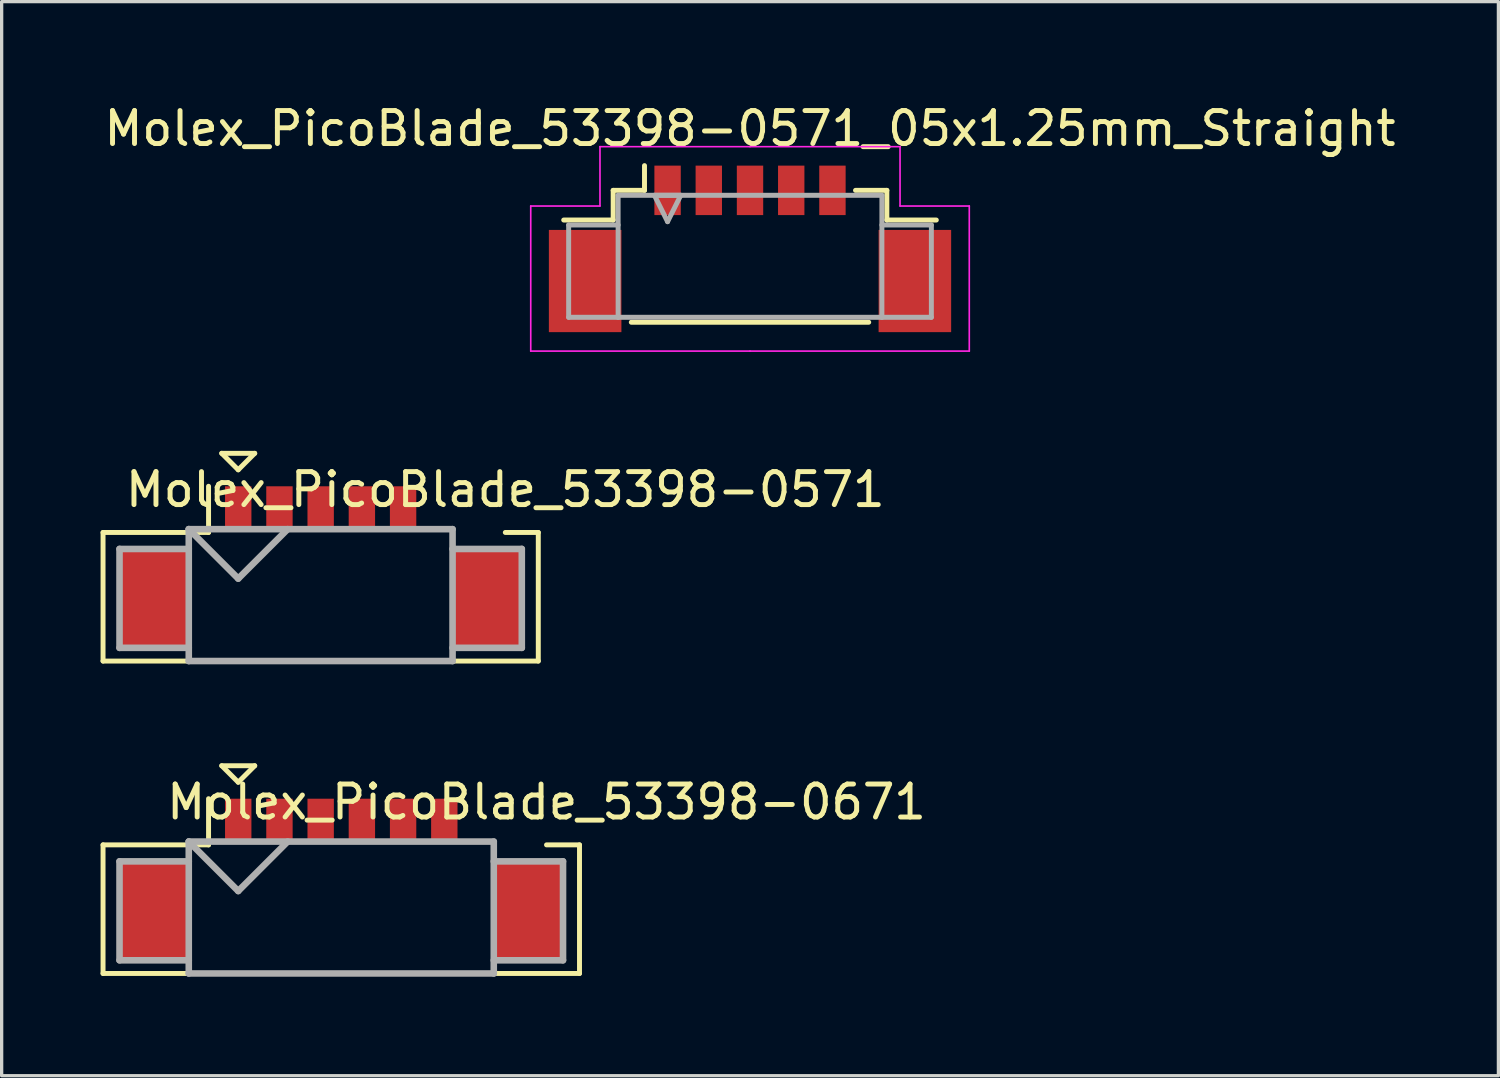
<source format=kicad_pcb>
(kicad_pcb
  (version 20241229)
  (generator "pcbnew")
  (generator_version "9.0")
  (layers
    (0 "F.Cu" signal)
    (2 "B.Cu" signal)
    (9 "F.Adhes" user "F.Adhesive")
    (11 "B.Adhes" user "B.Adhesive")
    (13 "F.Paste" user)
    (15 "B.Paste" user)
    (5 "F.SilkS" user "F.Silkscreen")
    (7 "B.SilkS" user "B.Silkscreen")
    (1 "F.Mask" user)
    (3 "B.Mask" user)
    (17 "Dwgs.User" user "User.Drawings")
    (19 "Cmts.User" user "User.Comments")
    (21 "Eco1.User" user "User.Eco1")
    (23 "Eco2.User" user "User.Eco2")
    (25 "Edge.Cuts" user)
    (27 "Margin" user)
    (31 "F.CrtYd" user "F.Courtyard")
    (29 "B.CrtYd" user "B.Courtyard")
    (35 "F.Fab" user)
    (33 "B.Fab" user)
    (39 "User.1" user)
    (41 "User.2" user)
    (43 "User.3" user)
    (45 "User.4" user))
  (footprint "Molex_PicoBlade_53398-0671"
    (layer "F.Cu")
    (at 7.3 24.573)
    (property "Reference" "Molex_PicoBlade_53398-0671" (at 6.225 -3.3 0) (layer "F.SilkS") (effects (font (size 1 1) (thickness 0.15))))
    (attr through_hole)
    (fp_line (start -7.225 -2) (end -7.225 1.9) (stroke (width 0.15) (type solid)) (layer "F.SilkS"))
    (fp_line (start -7.225 1.9) (end 7.225 1.9) (stroke (width 0.15) (type solid)) (layer "F.SilkS"))
    (fp_line (start -4.025 -3.4) (end -4.025 -2) (stroke (width 0.15) (type solid)) (layer "F.SilkS"))
    (fp_line (start -4.025 -2) (end -7.225 -2) (stroke (width 0.15) (type solid)) (layer "F.SilkS"))
    (fp_line (start -3.625 -4.4) (end -2.625 -4.4) (stroke (width 0.15) (type solid)) (layer "F.SilkS"))
    (fp_line (start -3.125 -3.9) (end -3.625 -4.4) (stroke (width 0.15) (type solid)) (layer "F.SilkS"))
    (fp_line (start -2.625 -4.4) (end -3.125 -3.9) (stroke (width 0.15) (type solid)) (layer "F.SilkS"))
    (fp_line (start 7.225 -2) (end 6.225 -2) (stroke (width 0.15) (type solid)) (layer "F.SilkS"))
    (fp_line (start 7.225 1.9) (end 7.225 -2) (stroke (width 0.15) (type solid)) (layer "F.SilkS"))
    (fp_line (start -6.725 -1.5) (end -6.725 1.5) (stroke (width 0.2) (type solid)) (layer "F.Fab"))
    (fp_line (start -6.725 1.5) (end -4.625 1.5) (stroke (width 0.2) (type solid)) (layer "F.Fab"))
    (fp_line (start -4.625 -2.1) (end -4.625 1.9) (stroke (width 0.2) (type solid)) (layer "F.Fab"))
    (fp_line (start -4.625 -2.1) (end -3.125 -0.6) (stroke (width 0.2) (type solid)) (layer "F.Fab"))
    (fp_line (start -4.625 -1.5) (end -6.725 -1.5) (stroke (width 0.2) (type solid)) (layer "F.Fab"))
    (fp_line (start -4.625 1.9) (end 4.625 1.9) (stroke (width 0.2) (type solid)) (layer "F.Fab"))
    (fp_line (start -3.125 -0.6) (end -1.625 -2.1) (stroke (width 0.2) (type solid)) (layer "F.Fab"))
    (fp_line (start 4.625 -2.1) (end -4.625 -2.1) (stroke (width 0.2) (type solid)) (layer "F.Fab"))
    (fp_line (start 4.625 -1.5) (end 6.725 -1.5) (stroke (width 0.2) (type solid)) (layer "F.Fab"))
    (fp_line (start 4.625 1.9) (end 4.625 -2.1) (stroke (width 0.2) (type solid)) (layer "F.Fab"))
    (fp_line (start 6.725 -1.5) (end 6.725 1.5) (stroke (width 0.2) (type solid)) (layer "F.Fab"))
    (fp_line (start 6.725 1.5) (end 4.625 1.5) (stroke (width 0.2) (type solid)) (layer "F.Fab"))
    (pad "" smd rect (at -5.675 0) (size 2.1 3) (layers "F.Cu" "F.Mask" "F.Paste"))
    (pad "" smd rect (at 5.675 0) (size 2.1 3) (layers "F.Cu" "F.Mask" "F.Paste"))
    (pad "1" smd rect (at -3.125 -2.75) (size 0.8 1.3) (layers "F.Cu" "F.Mask" "F.Paste"))
    (pad "2" smd rect (at -1.875 -2.75) (size 0.8 1.3) (layers "F.Cu" "F.Mask" "F.Paste"))
    (pad "3" smd rect (at -0.625 -2.75) (size 0.8 1.3) (layers "F.Cu" "F.Mask" "F.Paste"))
    (pad "4" smd rect (at 0.625 -2.75) (size 0.8 1.3) (layers "F.Cu" "F.Mask" "F.Paste"))
    (pad "5" smd rect (at 1.875 -2.75) (size 0.8 1.3) (layers "F.Cu" "F.Mask" "F.Paste"))
    (pad "6" smd rect (at 3.125 -2.75) (size 0.8 1.3) (layers "F.Cu" "F.Mask" "F.Paste")))
  (footprint "Molex_PicoBlade_53398-0571"
    (layer "F.Cu")
    (at 6.675 15.098)
    (property "Reference" "Molex_PicoBlade_53398-0571" (at 5.6 -3.3 0) (layer "F.SilkS") (effects (font (size 1 1) (thickness 0.15))))
    (attr through_hole)
    (fp_line (start -6.6 -2) (end -6.6 1.9) (stroke (width 0.15) (type solid)) (layer "F.SilkS"))
    (fp_line (start -6.6 1.9) (end 6.6 1.9) (stroke (width 0.15) (type solid)) (layer "F.SilkS"))
    (fp_line (start -3.4 -3.4) (end -3.4 -2) (stroke (width 0.15) (type solid)) (layer "F.SilkS"))
    (fp_line (start -3.4 -2) (end -6.6 -2) (stroke (width 0.15) (type solid)) (layer "F.SilkS"))
    (fp_line (start -3 -4.4) (end -2 -4.4) (stroke (width 0.15) (type solid)) (layer "F.SilkS"))
    (fp_line (start -2.5 -3.9) (end -3 -4.4) (stroke (width 0.15) (type solid)) (layer "F.SilkS"))
    (fp_line (start -2 -4.4) (end -2.5 -3.9) (stroke (width 0.15) (type solid)) (layer "F.SilkS"))
    (fp_line (start 6.6 -2) (end 5.6 -2) (stroke (width 0.15) (type solid)) (layer "F.SilkS"))
    (fp_line (start 6.6 1.9) (end 6.6 -2) (stroke (width 0.15) (type solid)) (layer "F.SilkS"))
    (fp_line (start -6.1 -1.5) (end -6.1 1.5) (stroke (width 0.2) (type solid)) (layer "F.Fab"))
    (fp_line (start -6.1 1.5) (end -4 1.5) (stroke (width 0.2) (type solid)) (layer "F.Fab"))
    (fp_line (start -4 -2.1) (end -4 1.9) (stroke (width 0.2) (type solid)) (layer "F.Fab"))
    (fp_line (start -4 -2.1) (end -2.5 -0.6) (stroke (width 0.2) (type solid)) (layer "F.Fab"))
    (fp_line (start -4 -1.5) (end -6.1 -1.5) (stroke (width 0.2) (type solid)) (layer "F.Fab"))
    (fp_line (start -4 1.9) (end 4 1.9) (stroke (width 0.2) (type solid)) (layer "F.Fab"))
    (fp_line (start -2.5 -0.6) (end -1 -2.1) (stroke (width 0.2) (type solid)) (layer "F.Fab"))
    (fp_line (start 4 -2.1) (end -4 -2.1) (stroke (width 0.2) (type solid)) (layer "F.Fab"))
    (fp_line (start 4 -1.5) (end 6.1 -1.5) (stroke (width 0.2) (type solid)) (layer "F.Fab"))
    (fp_line (start 4 1.9) (end 4 -2.1) (stroke (width 0.2) (type solid)) (layer "F.Fab"))
    (fp_line (start 6.1 -1.5) (end 6.1 1.5) (stroke (width 0.2) (type solid)) (layer "F.Fab"))
    (fp_line (start 6.1 1.5) (end 4 1.5) (stroke (width 0.2) (type solid)) (layer "F.Fab"))
    (pad "" smd rect (at -5.05 0) (size 2.1 3) (layers "F.Cu" "F.Mask" "F.Paste"))
    (pad "" smd rect (at 5.05 0) (size 2.1 3) (layers "F.Cu" "F.Mask" "F.Paste"))
    (pad "1" smd rect (at -2.5 -2.75) (size 0.8 1.3) (layers "F.Cu" "F.Mask" "F.Paste"))
    (pad "2" smd rect (at -1.25 -2.75) (size 0.8 1.3) (layers "F.Cu" "F.Mask" "F.Paste"))
    (pad "3" smd rect (at 0 -2.75) (size 0.8 1.3) (layers "F.Cu" "F.Mask" "F.Paste"))
    (pad "4" smd rect (at 1.25 -2.75) (size 0.8 1.3) (layers "F.Cu" "F.Mask" "F.Paste"))
    (pad "5" smd rect (at 2.5 -2.75) (size 0.8 1.3) (layers "F.Cu" "F.Mask" "F.Paste")))
  (footprint "Molex_PicoBlade_53398-0571_05x1.25mm_Straight"
    (layer "F.Cu")
    (at 19.696 4.098)
    (property "Reference" "Molex_PicoBlade_53398-0571_05x1.25mm_Straight" (at 0 -3.25 0) (layer "F.SilkS") (effects (font (size 1 1) (thickness 0.15))))
    (attr smd)
    (fp_line (start -4.15 -1.375) (end -4.15 -0.475) (stroke (width 0.15) (type solid)) (layer "F.SilkS"))
    (fp_line (start -4.15 -0.475) (end -5.65 -0.475) (stroke (width 0.15) (type solid)) (layer "F.SilkS"))
    (fp_line (start -3.6 2.625) (end 3.6 2.625) (stroke (width 0.15) (type solid)) (layer "F.SilkS"))
    (fp_line (start -3.2 -1.375) (end -4.15 -1.375) (stroke (width 0.15) (type solid)) (layer "F.SilkS"))
    (fp_line (start -3.2 -1.375) (end -3.2 -2.125) (stroke (width 0.15) (type solid)) (layer "F.SilkS"))
    (fp_line (start 3.2 -1.375) (end 4.15 -1.375) (stroke (width 0.15) (type solid)) (layer "F.SilkS"))
    (fp_line (start 4.15 -1.375) (end 4.15 -0.475) (stroke (width 0.15) (type solid)) (layer "F.SilkS"))
    (fp_line (start 4.15 -0.475) (end 5.65 -0.475) (stroke (width 0.15) (type solid)) (layer "F.SilkS"))
    (fp_line (start -6.65 -0.9) (end -6.65 3.5) (stroke (width 0.05) (type solid)) (layer "F.CrtYd"))
    (fp_line (start -6.65 3.5) (end 0 3.5) (stroke (width 0.05) (type solid)) (layer "F.CrtYd"))
    (fp_line (start -4.55 -2.7) (end -4.55 -0.9) (stroke (width 0.05) (type solid)) (layer "F.CrtYd"))
    (fp_line (start -4.55 -0.9) (end -6.65 -0.9) (stroke (width 0.05) (type solid)) (layer "F.CrtYd"))
    (fp_line (start 0 -2.7) (end -4.55 -2.7) (stroke (width 0.05) (type solid)) (layer "F.CrtYd"))
    (fp_line (start 0 -2.7) (end 4.55 -2.7) (stroke (width 0.05) (type solid)) (layer "F.CrtYd"))
    (fp_line (start 4.55 -2.7) (end 4.55 -0.9) (stroke (width 0.05) (type solid)) (layer "F.CrtYd"))
    (fp_line (start 4.55 -0.9) (end 6.65 -0.9) (stroke (width 0.05) (type solid)) (layer "F.CrtYd"))
    (fp_line (start 6.65 -0.9) (end 6.65 3.5) (stroke (width 0.05) (type solid)) (layer "F.CrtYd"))
    (fp_line (start 6.65 3.5) (end 0 3.5) (stroke (width 0.05) (type solid)) (layer "F.CrtYd"))
    (fp_line (start -5.5 -0.325) (end -4 -0.325) (stroke (width 0.15) (type solid)) (layer "F.Fab"))
    (fp_line (start -5.5 2.475) (end -5.5 -0.325) (stroke (width 0.15) (type solid)) (layer "F.Fab"))
    (fp_line (start -4 -1.225) (end -4 2.475) (stroke (width 0.15) (type solid)) (layer "F.Fab"))
    (fp_line (start -4 2.475) (end -5.5 2.475) (stroke (width 0.15) (type solid)) (layer "F.Fab"))
    (fp_line (start -4 2.475) (end 4 2.475) (stroke (width 0.15) (type solid)) (layer "F.Fab"))
    (fp_line (start -2.9 -1.225) (end -2.5 -0.425) (stroke (width 0.15) (type solid)) (layer "F.Fab"))
    (fp_line (start -2.5 -0.425) (end -2.1 -1.225) (stroke (width 0.15) (type solid)) (layer "F.Fab"))
    (fp_line (start -2.1 -1.225) (end -2.9 -1.225) (stroke (width 0.15) (type solid)) (layer "F.Fab"))
    (fp_line (start 4 -1.225) (end -4 -1.225) (stroke (width 0.15) (type solid)) (layer "F.Fab"))
    (fp_line (start 4 2.475) (end 4 -1.225) (stroke (width 0.15) (type solid)) (layer "F.Fab"))
    (fp_line (start 4 2.475) (end 5.5 2.475) (stroke (width 0.15) (type solid)) (layer "F.Fab"))
    (fp_line (start 5.5 -0.325) (end 4 -0.325) (stroke (width 0.15) (type solid)) (layer "F.Fab"))
    (fp_line (start 5.5 2.475) (end 5.5 -0.325) (stroke (width 0.15) (type solid)) (layer "F.Fab"))
    (pad "" smd rect (at -5 1.375) (size 2.2 3.1) (layers "F.Cu" "F.Mask" "F.Paste"))
    (pad "" smd rect (at 5 1.375) (size 2.2 3.1) (layers "F.Cu" "F.Mask" "F.Paste"))
    (pad "1" smd rect (at -2.5 -1.375) (size 0.8 1.5) (layers "F.Cu" "F.Mask" "F.Paste"))
    (pad "2" smd rect (at -1.25 -1.375) (size 0.8 1.5) (layers "F.Cu" "F.Mask" "F.Paste"))
    (pad "3" smd rect (at 0 -1.375) (size 0.8 1.5) (layers "F.Cu" "F.Mask" "F.Paste"))
    (pad "4" smd rect (at 1.25 -1.375) (size 0.8 1.5) (layers "F.Cu" "F.Mask" "F.Paste"))
    (pad "5" smd rect (at 2.5 -1.375) (size 0.8 1.5) (layers "F.Cu" "F.Mask" "F.Paste")))
  (gr_rect
    (start -3 -3)
    (end 42.393 29.573)
    (stroke (width 0.1) (type default))
    (fill no)
    (layer "Edge.Cuts")))
</source>
